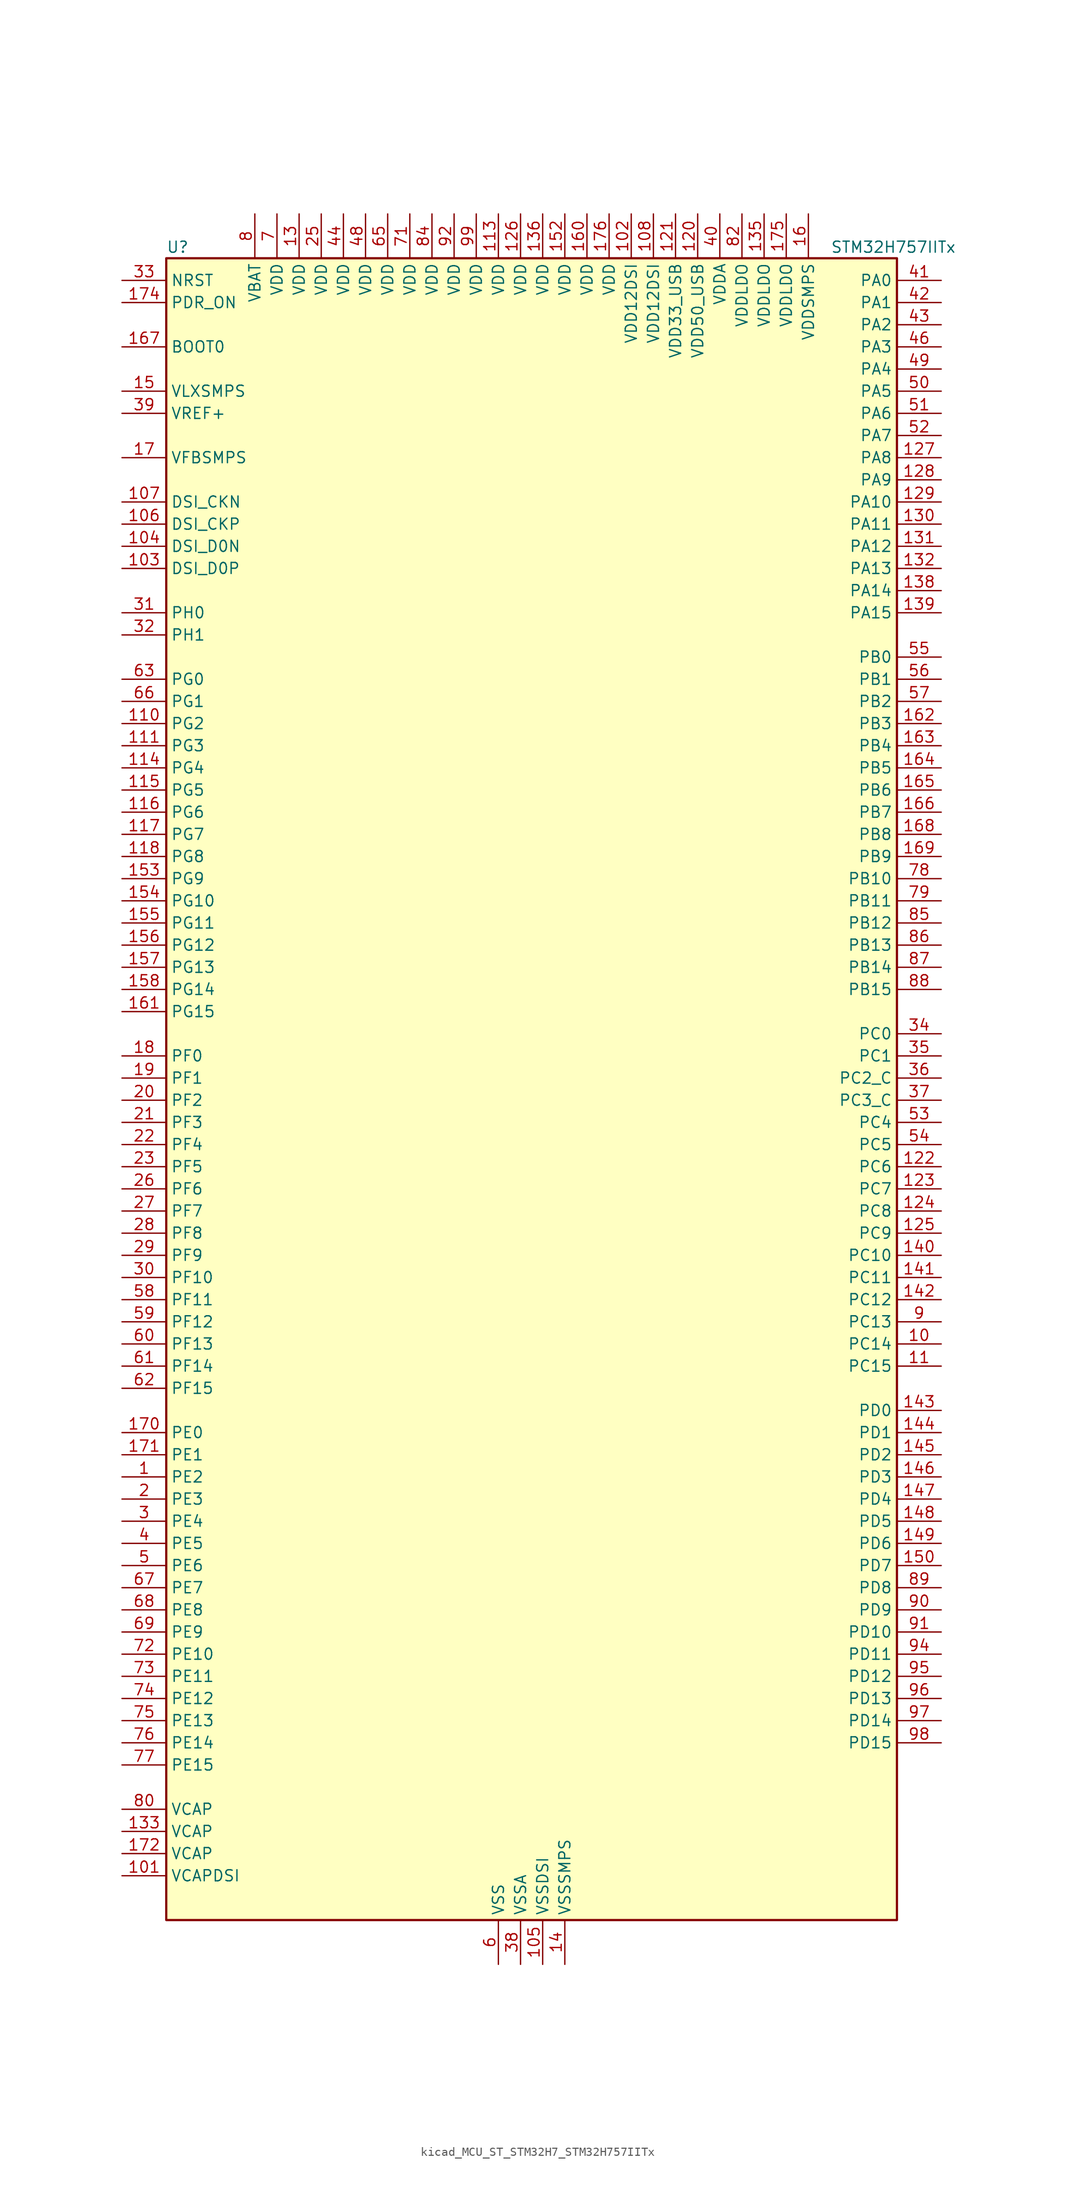
<source format=kicad_sym>
(kicad_symbol_lib
  (version 20220914)
  (generator kicad_symbol_editor)
  (symbol "kicad_MCU_ST_STM32H7_STM32H757IITx"
    (property "Reference" "U"
      (at -40.64 97.79 0)
      (effects (font (size 1.27 1.27)) (justify left)))
    (property "Value" "STM32H757IITx"
      (at 35.56 97.79 0)
      (effects (font (size 1.27 1.27)) (justify left)))
    (property "ki_locked" ""
      (at 0 0 0)
      (effects (font (size 1.27 1.27))))
    (symbol "kicad_MCU_ST_STM32H7_STM32H757IITx_0_1"
      (rectangle (start -40.64 -93.98) (end 43.18 96.52) (stroke (width 0.254) (type default)) (fill (type background))))
    (symbol "kicad_MCU_ST_STM32H7_STM32H757IITx_1_1"
      (pin bidirectional line (at -45.72 -43.18 0) (length 5.08) (name "PE2" (effects (font (size 1.27 1.27)))) (number "1" (effects (font (size 1.27 1.27)))) (alternate "DEBUG_TRACECLK" bidirectional line) (alternate "ETH_TXD3" bidirectional line) (alternate "FMC_A23" bidirectional line) (alternate "QUADSPI_BK1_IO2" bidirectional line) (alternate "SAI1_CK1" bidirectional line) (alternate "SAI1_MCLK_A" bidirectional line) (alternate "SAI4_CK1" bidirectional line) (alternate "SAI4_MCLK_A" bidirectional line) (alternate "SPI4_SCK" bidirectional line))
      (pin bidirectional line (at 48.26 -27.94 180) (length 5.08) (name "PC14" (effects (font (size 1.27 1.27)))) (number "10" (effects (font (size 1.27 1.27)))) (alternate "RCC_OSC32_IN" bidirectional line))
      (pin passive line (at -2.54 -99.06 90) (length 5.08) hide (name "VSS" (effects (font (size 1.27 1.27)))) (number "100" (effects (font (size 1.27 1.27)))))
      (pin power_out line (at -45.72 -88.9 0) (length 5.08) (name "VCAPDSI" (effects (font (size 1.27 1.27)))) (number "101" (effects (font (size 1.27 1.27)))))
      (pin power_in line (at 12.7 101.6 270) (length 5.08) (name "VDD12DSI" (effects (font (size 1.27 1.27)))) (number "102" (effects (font (size 1.27 1.27)))))
      (pin bidirectional line (at -45.72 60.96 0) (length 5.08) (name "DSI_D0P" (effects (font (size 1.27 1.27)))) (number "103" (effects (font (size 1.27 1.27)))) (alternate "DSIHOST_D0P" bidirectional line))
      (pin bidirectional line (at -45.72 63.5 0) (length 5.08) (name "DSI_D0N" (effects (font (size 1.27 1.27)))) (number "104" (effects (font (size 1.27 1.27)))) (alternate "DSIHOST_D0N" bidirectional line))
      (pin power_in line (at 2.54 -99.06 90) (length 5.08) (name "VSSDSI" (effects (font (size 1.27 1.27)))) (number "105" (effects (font (size 1.27 1.27)))))
      (pin bidirectional line (at -45.72 66.04 0) (length 5.08) (name "DSI_CKP" (effects (font (size 1.27 1.27)))) (number "106" (effects (font (size 1.27 1.27)))) (alternate "DSIHOST_CKP" bidirectional line))
      (pin bidirectional line (at -45.72 68.58 0) (length 5.08) (name "DSI_CKN" (effects (font (size 1.27 1.27)))) (number "107" (effects (font (size 1.27 1.27)))) (alternate "DSIHOST_CKN" bidirectional line))
      (pin power_in line (at 15.24 101.6 270) (length 5.08) (name "VDD12DSI" (effects (font (size 1.27 1.27)))) (number "108" (effects (font (size 1.27 1.27)))))
      (pin passive line (at 2.54 -99.06 90) (length 5.08) hide (name "VSSDSI" (effects (font (size 1.27 1.27)))) (number "109" (effects (font (size 1.27 1.27)))))
      (pin bidirectional line (at 48.26 -30.48 180) (length 5.08) (name "PC15" (effects (font (size 1.27 1.27)))) (number "11" (effects (font (size 1.27 1.27)))) (alternate "ADC1_EXTI15" bidirectional line) (alternate "ADC2_EXTI15" bidirectional line) (alternate "ADC3_EXTI15" bidirectional line) (alternate "RCC_OSC32_OUT" bidirectional line))
      (pin bidirectional line (at -45.72 43.18 0) (length 5.08) (name "PG2" (effects (font (size 1.27 1.27)))) (number "110" (effects (font (size 1.27 1.27)))) (alternate "FMC_A12" bidirectional line) (alternate "TIM8_BKIN" bidirectional line) (alternate "TIM8_BKIN_COMP1" bidirectional line) (alternate "TIM8_BKIN_COMP2" bidirectional line))
      (pin bidirectional line (at -45.72 40.64 0) (length 5.08) (name "PG3" (effects (font (size 1.27 1.27)))) (number "111" (effects (font (size 1.27 1.27)))) (alternate "FMC_A13" bidirectional line) (alternate "TIM8_BKIN2" bidirectional line) (alternate "TIM8_BKIN2_COMP1" bidirectional line) (alternate "TIM8_BKIN2_COMP2" bidirectional line))
      (pin passive line (at -2.54 -99.06 90) (length 5.08) hide (name "VSS" (effects (font (size 1.27 1.27)))) (number "112" (effects (font (size 1.27 1.27)))))
      (pin power_in line (at -2.54 101.6 270) (length 5.08) (name "VDD" (effects (font (size 1.27 1.27)))) (number "113" (effects (font (size 1.27 1.27)))))
      (pin bidirectional line (at -45.72 38.1 0) (length 5.08) (name "PG4" (effects (font (size 1.27 1.27)))) (number "114" (effects (font (size 1.27 1.27)))) (alternate "FMC_A14" bidirectional line) (alternate "FMC_BA0" bidirectional line) (alternate "TIM1_BKIN2" bidirectional line) (alternate "TIM1_BKIN2_COMP1" bidirectional line) (alternate "TIM1_BKIN2_COMP2" bidirectional line))
      (pin bidirectional line (at -45.72 35.56 0) (length 5.08) (name "PG5" (effects (font (size 1.27 1.27)))) (number "115" (effects (font (size 1.27 1.27)))) (alternate "FMC_A15" bidirectional line) (alternate "FMC_BA1" bidirectional line) (alternate "TIM1_ETR" bidirectional line))
      (pin bidirectional line (at -45.72 33.02 0) (length 5.08) (name "PG6" (effects (font (size 1.27 1.27)))) (number "116" (effects (font (size 1.27 1.27)))) (alternate "DCMI_D12" bidirectional line) (alternate "FMC_NE3" bidirectional line) (alternate "HRTIM_CHE1" bidirectional line) (alternate "LTDC_R7" bidirectional line) (alternate "QUADSPI_BK1_NCS" bidirectional line) (alternate "TIM17_BKIN" bidirectional line))
      (pin bidirectional line (at -45.72 30.48 0) (length 5.08) (name "PG7" (effects (font (size 1.27 1.27)))) (number "117" (effects (font (size 1.27 1.27)))) (alternate "DCMI_D13" bidirectional line) (alternate "FMC_INT" bidirectional line) (alternate "HRTIM_CHE2" bidirectional line) (alternate "LTDC_CLK" bidirectional line) (alternate "SAI1_MCLK_A" bidirectional line) (alternate "USART6_CK" bidirectional line))
      (pin bidirectional line (at -45.72 27.94 0) (length 5.08) (name "PG8" (effects (font (size 1.27 1.27)))) (number "118" (effects (font (size 1.27 1.27)))) (alternate "ETH_PPS_OUT" bidirectional line) (alternate "FMC_SDCLK" bidirectional line) (alternate "LTDC_G7" bidirectional line) (alternate "SPDIFRX1_IN2" bidirectional line) (alternate "SPI6_NSS" bidirectional line) (alternate "TIM8_ETR" bidirectional line) (alternate "USART6_DE" bidirectional line) (alternate "USART6_RTS" bidirectional line))
      (pin passive line (at -2.54 -99.06 90) (length 5.08) hide (name "VSS" (effects (font (size 1.27 1.27)))) (number "119" (effects (font (size 1.27 1.27)))))
      (pin passive line (at -2.54 -99.06 90) (length 5.08) hide (name "VSS" (effects (font (size 1.27 1.27)))) (number "12" (effects (font (size 1.27 1.27)))))
      (pin power_in line (at 20.32 101.6 270) (length 5.08) (name "VDD50_USB" (effects (font (size 1.27 1.27)))) (number "120" (effects (font (size 1.27 1.27)))))
      (pin power_in line (at 17.78 101.6 270) (length 5.08) (name "VDD33_USB" (effects (font (size 1.27 1.27)))) (number "121" (effects (font (size 1.27 1.27)))))
      (pin bidirectional line (at 48.26 -7.62 180) (length 5.08) (name "PC6" (effects (font (size 1.27 1.27)))) (number "122" (effects (font (size 1.27 1.27)))) (alternate "DCMI_D0" bidirectional line) (alternate "DFSDM1_CKIN3" bidirectional line) (alternate "FMC_NWAIT" bidirectional line) (alternate "HRTIM_CHA1" bidirectional line) (alternate "I2S2_MCK" bidirectional line) (alternate "LTDC_HSYNC" bidirectional line) (alternate "SDMMC1_D0DIR" bidirectional line) (alternate "SDMMC1_D6" bidirectional line) (alternate "SDMMC2_D6" bidirectional line) (alternate "SWPMI1_IO" bidirectional line) (alternate "TIM3_CH1" bidirectional line) (alternate "TIM8_CH1" bidirectional line) (alternate "USART6_TX" bidirectional line))
      (pin bidirectional line (at 48.26 -10.16 180) (length 5.08) (name "PC7" (effects (font (size 1.27 1.27)))) (number "123" (effects (font (size 1.27 1.27)))) (alternate "DCMI_D1" bidirectional line) (alternate "DEBUG_TRGIO" bidirectional line) (alternate "DFSDM1_DATIN3" bidirectional line) (alternate "FMC_NE1" bidirectional line) (alternate "HRTIM_CHA2" bidirectional line) (alternate "I2S3_MCK" bidirectional line) (alternate "LTDC_G6" bidirectional line) (alternate "SDMMC1_D123DIR" bidirectional line) (alternate "SDMMC1_D7" bidirectional line) (alternate "SDMMC2_D7" bidirectional line) (alternate "SWPMI1_TX" bidirectional line) (alternate "TIM3_CH2" bidirectional line) (alternate "TIM8_CH2" bidirectional line) (alternate "USART6_RX" bidirectional line))
      (pin bidirectional line (at 48.26 -12.7 180) (length 5.08) (name "PC8" (effects (font (size 1.27 1.27)))) (number "124" (effects (font (size 1.27 1.27)))) (alternate "DCMI_D2" bidirectional line) (alternate "DEBUG_TRACED1" bidirectional line) (alternate "FMC_NCE" bidirectional line) (alternate "FMC_NE2" bidirectional line) (alternate "HRTIM_CHB1" bidirectional line) (alternate "SDMMC1_D0" bidirectional line) (alternate "SWPMI1_RX" bidirectional line) (alternate "TIM3_CH3" bidirectional line) (alternate "TIM8_CH3" bidirectional line) (alternate "UART5_DE" bidirectional line) (alternate "UART5_RTS" bidirectional line) (alternate "USART6_CK" bidirectional line))
      (pin bidirectional line (at 48.26 -15.24 180) (length 5.08) (name "PC9" (effects (font (size 1.27 1.27)))) (number "125" (effects (font (size 1.27 1.27)))) (alternate "DAC1_EXTI9" bidirectional line) (alternate "DCMI_D3" bidirectional line) (alternate "I2C3_SDA" bidirectional line) (alternate "I2S_CKIN" bidirectional line) (alternate "LTDC_B2" bidirectional line) (alternate "LTDC_G3" bidirectional line) (alternate "QUADSPI_BK1_IO0" bidirectional line) (alternate "RCC_MCO_2" bidirectional line) (alternate "SDMMC1_D1" bidirectional line) (alternate "SWPMI1_SUSPEND" bidirectional line) (alternate "TIM3_CH4" bidirectional line) (alternate "TIM8_CH4" bidirectional line) (alternate "UART5_CTS" bidirectional line))
      (pin power_in line (at 0 101.6 270) (length 5.08) (name "VDD" (effects (font (size 1.27 1.27)))) (number "126" (effects (font (size 1.27 1.27)))))
      (pin bidirectional line (at 48.26 73.66 180) (length 5.08) (name "PA8" (effects (font (size 1.27 1.27)))) (number "127" (effects (font (size 1.27 1.27)))) (alternate "HRTIM_CHB2" bidirectional line) (alternate "I2C3_SCL" bidirectional line) (alternate "LTDC_B3" bidirectional line) (alternate "LTDC_R6" bidirectional line) (alternate "RCC_MCO_1" bidirectional line) (alternate "TIM1_CH1" bidirectional line) (alternate "TIM8_BKIN2" bidirectional line) (alternate "TIM8_BKIN2_COMP1" bidirectional line) (alternate "TIM8_BKIN2_COMP2" bidirectional line) (alternate "UART7_RX" bidirectional line) (alternate "USART1_CK" bidirectional line) (alternate "USB_OTG_FS_SOF" bidirectional line))
      (pin bidirectional line (at 48.26 71.12 180) (length 5.08) (name "PA9" (effects (font (size 1.27 1.27)))) (number "128" (effects (font (size 1.27 1.27)))) (alternate "DAC1_EXTI9" bidirectional line) (alternate "DCMI_D0" bidirectional line) (alternate "HRTIM_CHC1" bidirectional line) (alternate "I2C3_SMBA" bidirectional line) (alternate "I2S2_CK" bidirectional line) (alternate "LPUART1_TX" bidirectional line) (alternate "LTDC_R5" bidirectional line) (alternate "SPI2_SCK" bidirectional line) (alternate "TIM1_CH2" bidirectional line) (alternate "USART1_TX" bidirectional line) (alternate "USB_OTG_FS_VBUS" bidirectional line))
      (pin bidirectional line (at 48.26 68.58 180) (length 5.08) (name "PA10" (effects (font (size 1.27 1.27)))) (number "129" (effects (font (size 1.27 1.27)))) (alternate "DCMI_D1" bidirectional line) (alternate "HRTIM_CHC2" bidirectional line) (alternate "LPUART1_RX" bidirectional line) (alternate "LTDC_B1" bidirectional line) (alternate "LTDC_B4" bidirectional line) (alternate "MDIOS_MDIO" bidirectional line) (alternate "TIM1_CH3" bidirectional line) (alternate "USART1_RX" bidirectional line) (alternate "USB_OTG_FS_ID" bidirectional line))
      (pin power_in line (at -25.4 101.6 270) (length 5.08) (name "VDD" (effects (font (size 1.27 1.27)))) (number "13" (effects (font (size 1.27 1.27)))))
      (pin bidirectional line (at 48.26 66.04 180) (length 5.08) (name "PA11" (effects (font (size 1.27 1.27)))) (number "130" (effects (font (size 1.27 1.27)))) (alternate "ADC1_EXTI11" bidirectional line) (alternate "ADC2_EXTI11" bidirectional line) (alternate "ADC3_EXTI11" bidirectional line) (alternate "FDCAN1_RX" bidirectional line) (alternate "HRTIM_CHD1" bidirectional line) (alternate "I2S2_WS" bidirectional line) (alternate "LPUART1_CTS" bidirectional line) (alternate "LTDC_R4" bidirectional line) (alternate "SPI2_NSS" bidirectional line) (alternate "TIM1_CH4" bidirectional line) (alternate "UART4_RX" bidirectional line) (alternate "USART1_CTS" bidirectional line) (alternate "USART1_NSS" bidirectional line) (alternate "USB_OTG_FS_DM" bidirectional line))
      (pin bidirectional line (at 48.26 63.5 180) (length 5.08) (name "PA12" (effects (font (size 1.27 1.27)))) (number "131" (effects (font (size 1.27 1.27)))) (alternate "FDCAN1_TX" bidirectional line) (alternate "HRTIM_CHD2" bidirectional line) (alternate "I2S2_CK" bidirectional line) (alternate "LPUART1_DE" bidirectional line) (alternate "LPUART1_RTS" bidirectional line) (alternate "LTDC_R5" bidirectional line) (alternate "SAI2_FS_B" bidirectional line) (alternate "SPI2_SCK" bidirectional line) (alternate "TIM1_ETR" bidirectional line) (alternate "UART4_TX" bidirectional line) (alternate "USART1_DE" bidirectional line) (alternate "USART1_RTS" bidirectional line) (alternate "USB_OTG_FS_DP" bidirectional line))
      (pin bidirectional line (at 48.26 60.96 180) (length 5.08) (name "PA13" (effects (font (size 1.27 1.27)))) (number "132" (effects (font (size 1.27 1.27)))) (alternate "DEBUG_JTMS-SWDIO" bidirectional line))
      (pin power_out line (at -45.72 -83.82 0) (length 5.08) (name "VCAP" (effects (font (size 1.27 1.27)))) (number "133" (effects (font (size 1.27 1.27)))))
      (pin passive line (at -2.54 -99.06 90) (length 5.08) hide (name "VSS" (effects (font (size 1.27 1.27)))) (number "134" (effects (font (size 1.27 1.27)))))
      (pin power_in line (at 27.94 101.6 270) (length 5.08) (name "VDDLDO" (effects (font (size 1.27 1.27)))) (number "135" (effects (font (size 1.27 1.27)))))
      (pin power_in line (at 2.54 101.6 270) (length 5.08) (name "VDD" (effects (font (size 1.27 1.27)))) (number "136" (effects (font (size 1.27 1.27)))))
      (pin passive line (at -2.54 -99.06 90) (length 5.08) hide (name "VSS" (effects (font (size 1.27 1.27)))) (number "137" (effects (font (size 1.27 1.27)))))
      (pin bidirectional line (at 48.26 58.42 180) (length 5.08) (name "PA14" (effects (font (size 1.27 1.27)))) (number "138" (effects (font (size 1.27 1.27)))) (alternate "DEBUG_JTCK-SWCLK" bidirectional line))
      (pin bidirectional line (at 48.26 55.88 180) (length 5.08) (name "PA15" (effects (font (size 1.27 1.27)))) (number "139" (effects (font (size 1.27 1.27)))) (alternate "ADC1_EXTI15" bidirectional line) (alternate "ADC2_EXTI15" bidirectional line) (alternate "ADC3_EXTI15" bidirectional line) (alternate "CEC" bidirectional line) (alternate "DEBUG_JTDI" bidirectional line) (alternate "DSIHOST_TE" bidirectional line) (alternate "HRTIM_FLT1" bidirectional line) (alternate "I2S1_WS" bidirectional line) (alternate "I2S3_WS" bidirectional line) (alternate "SPI1_NSS" bidirectional line) (alternate "SPI3_NSS" bidirectional line) (alternate "SPI6_NSS" bidirectional line) (alternate "TIM2_CH1" bidirectional line) (alternate "TIM2_ETR" bidirectional line) (alternate "UART4_DE" bidirectional line) (alternate "UART4_RTS" bidirectional line) (alternate "UART7_TX" bidirectional line))
      (pin power_in line (at 5.08 -99.06 90) (length 5.08) (name "VSSSMPS" (effects (font (size 1.27 1.27)))) (number "14" (effects (font (size 1.27 1.27)))))
      (pin bidirectional line (at 48.26 -17.78 180) (length 5.08) (name "PC10" (effects (font (size 1.27 1.27)))) (number "140" (effects (font (size 1.27 1.27)))) (alternate "DCMI_D8" bidirectional line) (alternate "DFSDM1_CKIN5" bidirectional line) (alternate "HRTIM_EEV1" bidirectional line) (alternate "I2S3_CK" bidirectional line) (alternate "LTDC_R2" bidirectional line) (alternate "QUADSPI_BK1_IO1" bidirectional line) (alternate "SDMMC1_D2" bidirectional line) (alternate "SPI3_SCK" bidirectional line) (alternate "UART4_TX" bidirectional line) (alternate "USART3_TX" bidirectional line))
      (pin bidirectional line (at 48.26 -20.32 180) (length 5.08) (name "PC11" (effects (font (size 1.27 1.27)))) (number "141" (effects (font (size 1.27 1.27)))) (alternate "ADC1_EXTI11" bidirectional line) (alternate "ADC2_EXTI11" bidirectional line) (alternate "ADC3_EXTI11" bidirectional line) (alternate "DCMI_D4" bidirectional line) (alternate "DFSDM1_DATIN5" bidirectional line) (alternate "HRTIM_FLT2" bidirectional line) (alternate "I2S3_SDI" bidirectional line) (alternate "QUADSPI_BK2_NCS" bidirectional line) (alternate "SDMMC1_D3" bidirectional line) (alternate "SPI3_MISO" bidirectional line) (alternate "UART4_RX" bidirectional line) (alternate "USART3_RX" bidirectional line))
      (pin bidirectional line (at 48.26 -22.86 180) (length 5.08) (name "PC12" (effects (font (size 1.27 1.27)))) (number "142" (effects (font (size 1.27 1.27)))) (alternate "DCMI_D9" bidirectional line) (alternate "DEBUG_TRACED3" bidirectional line) (alternate "HRTIM_EEV2" bidirectional line) (alternate "I2S3_SDO" bidirectional line) (alternate "SDMMC1_CK" bidirectional line) (alternate "SPI3_MOSI" bidirectional line) (alternate "UART5_TX" bidirectional line) (alternate "USART3_CK" bidirectional line))
      (pin bidirectional line (at 48.26 -35.56 180) (length 5.08) (name "PD0" (effects (font (size 1.27 1.27)))) (number "143" (effects (font (size 1.27 1.27)))) (alternate "DFSDM1_CKIN6" bidirectional line) (alternate "FDCAN1_RX" bidirectional line) (alternate "FMC_D2" bidirectional line) (alternate "FMC_DA2" bidirectional line) (alternate "SAI3_SCK_A" bidirectional line) (alternate "UART4_RX" bidirectional line))
      (pin bidirectional line (at 48.26 -38.1 180) (length 5.08) (name "PD1" (effects (font (size 1.27 1.27)))) (number "144" (effects (font (size 1.27 1.27)))) (alternate "DFSDM1_DATIN6" bidirectional line) (alternate "FDCAN1_TX" bidirectional line) (alternate "FMC_D3" bidirectional line) (alternate "FMC_DA3" bidirectional line) (alternate "SAI3_SD_A" bidirectional line) (alternate "UART4_TX" bidirectional line))
      (pin bidirectional line (at 48.26 -40.64 180) (length 5.08) (name "PD2" (effects (font (size 1.27 1.27)))) (number "145" (effects (font (size 1.27 1.27)))) (alternate "DCMI_D11" bidirectional line) (alternate "DEBUG_TRACED2" bidirectional line) (alternate "SDMMC1_CMD" bidirectional line) (alternate "TIM3_ETR" bidirectional line) (alternate "UART5_RX" bidirectional line))
      (pin bidirectional line (at 48.26 -43.18 180) (length 5.08) (name "PD3" (effects (font (size 1.27 1.27)))) (number "146" (effects (font (size 1.27 1.27)))) (alternate "DCMI_D5" bidirectional line) (alternate "DFSDM1_CKOUT" bidirectional line) (alternate "FMC_CLK" bidirectional line) (alternate "I2S2_CK" bidirectional line) (alternate "LTDC_G7" bidirectional line) (alternate "SPI2_SCK" bidirectional line) (alternate "USART2_CTS" bidirectional line) (alternate "USART2_NSS" bidirectional line))
      (pin bidirectional line (at 48.26 -45.72 180) (length 5.08) (name "PD4" (effects (font (size 1.27 1.27)))) (number "147" (effects (font (size 1.27 1.27)))) (alternate "FMC_NOE" bidirectional line) (alternate "HRTIM_FLT3" bidirectional line) (alternate "SAI3_FS_A" bidirectional line) (alternate "USART2_DE" bidirectional line) (alternate "USART2_RTS" bidirectional line))
      (pin bidirectional line (at 48.26 -48.26 180) (length 5.08) (name "PD5" (effects (font (size 1.27 1.27)))) (number "148" (effects (font (size 1.27 1.27)))) (alternate "FMC_NWE" bidirectional line) (alternate "HRTIM_EEV3" bidirectional line) (alternate "USART2_TX" bidirectional line))
      (pin bidirectional line (at 48.26 -50.8 180) (length 5.08) (name "PD6" (effects (font (size 1.27 1.27)))) (number "149" (effects (font (size 1.27 1.27)))) (alternate "DCMI_D10" bidirectional line) (alternate "DFSDM1_CKIN4" bidirectional line) (alternate "DFSDM1_DATIN1" bidirectional line) (alternate "FMC_NWAIT" bidirectional line) (alternate "I2S3_SDO" bidirectional line) (alternate "LTDC_B2" bidirectional line) (alternate "SAI1_D1" bidirectional line) (alternate "SAI1_SD_A" bidirectional line) (alternate "SAI4_D1" bidirectional line) (alternate "SAI4_SD_A" bidirectional line) (alternate "SDMMC2_CK" bidirectional line) (alternate "SPI3_MOSI" bidirectional line) (alternate "USART2_RX" bidirectional line))
      (pin power_in line (at -45.72 81.28 0) (length 5.08) (name "VLXSMPS" (effects (font (size 1.27 1.27)))) (number "15" (effects (font (size 1.27 1.27)))))
      (pin bidirectional line (at 48.26 -53.34 180) (length 5.08) (name "PD7" (effects (font (size 1.27 1.27)))) (number "150" (effects (font (size 1.27 1.27)))) (alternate "DFSDM1_CKIN1" bidirectional line) (alternate "DFSDM1_DATIN4" bidirectional line) (alternate "FMC_NE1" bidirectional line) (alternate "I2S1_SDO" bidirectional line) (alternate "SDMMC2_CMD" bidirectional line) (alternate "SPDIFRX1_IN0" bidirectional line) (alternate "SPI1_MOSI" bidirectional line) (alternate "USART2_CK" bidirectional line))
      (pin passive line (at -2.54 -99.06 90) (length 5.08) hide (name "VSS" (effects (font (size 1.27 1.27)))) (number "151" (effects (font (size 1.27 1.27)))))
      (pin power_in line (at 5.08 101.6 270) (length 5.08) (name "VDD" (effects (font (size 1.27 1.27)))) (number "152" (effects (font (size 1.27 1.27)))))
      (pin bidirectional line (at -45.72 25.4 0) (length 5.08) (name "PG9" (effects (font (size 1.27 1.27)))) (number "153" (effects (font (size 1.27 1.27)))) (alternate "DAC1_EXTI9" bidirectional line) (alternate "DCMI_VSYNC" bidirectional line) (alternate "FMC_NCE" bidirectional line) (alternate "FMC_NE2" bidirectional line) (alternate "I2S1_SDI" bidirectional line) (alternate "QUADSPI_BK2_IO2" bidirectional line) (alternate "SAI2_FS_B" bidirectional line) (alternate "SPDIFRX1_IN3" bidirectional line) (alternate "SPI1_MISO" bidirectional line) (alternate "USART6_RX" bidirectional line))
      (pin bidirectional line (at -45.72 22.86 0) (length 5.08) (name "PG10" (effects (font (size 1.27 1.27)))) (number "154" (effects (font (size 1.27 1.27)))) (alternate "DCMI_D2" bidirectional line) (alternate "FMC_NE3" bidirectional line) (alternate "HRTIM_FLT5" bidirectional line) (alternate "I2S1_WS" bidirectional line) (alternate "LTDC_B2" bidirectional line) (alternate "LTDC_G3" bidirectional line) (alternate "SAI2_SD_B" bidirectional line) (alternate "SPI1_NSS" bidirectional line))
      (pin bidirectional line (at -45.72 20.32 0) (length 5.08) (name "PG11" (effects (font (size 1.27 1.27)))) (number "155" (effects (font (size 1.27 1.27)))) (alternate "ADC1_EXTI11" bidirectional line) (alternate "ADC2_EXTI11" bidirectional line) (alternate "ADC3_EXTI11" bidirectional line) (alternate "DCMI_D3" bidirectional line) (alternate "ETH_TX_EN" bidirectional line) (alternate "HRTIM_EEV4" bidirectional line) (alternate "I2S1_CK" bidirectional line) (alternate "LPTIM1_IN2" bidirectional line) (alternate "LTDC_B3" bidirectional line) (alternate "SDMMC2_D2" bidirectional line) (alternate "SPDIFRX1_IN0" bidirectional line) (alternate "SPI1_SCK" bidirectional line))
      (pin bidirectional line (at -45.72 17.78 0) (length 5.08) (name "PG12" (effects (font (size 1.27 1.27)))) (number "156" (effects (font (size 1.27 1.27)))) (alternate "ETH_TXD1" bidirectional line) (alternate "FMC_NE4" bidirectional line) (alternate "HRTIM_EEV5" bidirectional line) (alternate "LPTIM1_IN1" bidirectional line) (alternate "LTDC_B1" bidirectional line) (alternate "LTDC_B4" bidirectional line) (alternate "SPDIFRX1_IN1" bidirectional line) (alternate "SPI6_MISO" bidirectional line) (alternate "USART6_DE" bidirectional line) (alternate "USART6_RTS" bidirectional line))
      (pin bidirectional line (at -45.72 15.24 0) (length 5.08) (name "PG13" (effects (font (size 1.27 1.27)))) (number "157" (effects (font (size 1.27 1.27)))) (alternate "DEBUG_TRACED0" bidirectional line) (alternate "ETH_TXD0" bidirectional line) (alternate "FMC_A24" bidirectional line) (alternate "HRTIM_EEV10" bidirectional line) (alternate "LPTIM1_OUT" bidirectional line) (alternate "LTDC_R0" bidirectional line) (alternate "SPI6_SCK" bidirectional line) (alternate "USART6_CTS" bidirectional line) (alternate "USART6_NSS" bidirectional line))
      (pin bidirectional line (at -45.72 12.7 0) (length 5.08) (name "PG14" (effects (font (size 1.27 1.27)))) (number "158" (effects (font (size 1.27 1.27)))) (alternate "DEBUG_TRACED1" bidirectional line) (alternate "ETH_TXD1" bidirectional line) (alternate "FMC_A25" bidirectional line) (alternate "LPTIM1_ETR" bidirectional line) (alternate "LTDC_B0" bidirectional line) (alternate "QUADSPI_BK2_IO3" bidirectional line) (alternate "SPI6_MOSI" bidirectional line) (alternate "USART6_TX" bidirectional line))
      (pin passive line (at -2.54 -99.06 90) (length 5.08) hide (name "VSS" (effects (font (size 1.27 1.27)))) (number "159" (effects (font (size 1.27 1.27)))))
      (pin power_in line (at 33.02 101.6 270) (length 5.08) (name "VDDSMPS" (effects (font (size 1.27 1.27)))) (number "16" (effects (font (size 1.27 1.27)))))
      (pin power_in line (at 7.62 101.6 270) (length 5.08) (name "VDD" (effects (font (size 1.27 1.27)))) (number "160" (effects (font (size 1.27 1.27)))))
      (pin bidirectional line (at -45.72 10.16 0) (length 5.08) (name "PG15" (effects (font (size 1.27 1.27)))) (number "161" (effects (font (size 1.27 1.27)))) (alternate "ADC1_EXTI15" bidirectional line) (alternate "ADC2_EXTI15" bidirectional line) (alternate "ADC3_EXTI15" bidirectional line) (alternate "DCMI_D13" bidirectional line) (alternate "FMC_SDNCAS" bidirectional line) (alternate "USART6_CTS" bidirectional line) (alternate "USART6_NSS" bidirectional line))
      (pin bidirectional line (at 48.26 43.18 180) (length 5.08) (name "PB3" (effects (font (size 1.27 1.27)))) (number "162" (effects (font (size 1.27 1.27)))) (alternate "CRS_SYNC" bidirectional line) (alternate "DEBUG_JTDO-SWO" bidirectional line) (alternate "HRTIM_FLT4" bidirectional line) (alternate "I2S1_CK" bidirectional line) (alternate "I2S3_CK" bidirectional line) (alternate "SDMMC2_D2" bidirectional line) (alternate "SPI1_SCK" bidirectional line) (alternate "SPI3_SCK" bidirectional line) (alternate "SPI6_SCK" bidirectional line) (alternate "TIM2_CH2" bidirectional line) (alternate "UART7_RX" bidirectional line))
      (pin bidirectional line (at 48.26 40.64 180) (length 5.08) (name "PB4" (effects (font (size 1.27 1.27)))) (number "163" (effects (font (size 1.27 1.27)))) (alternate "DEBUG_JTRST" bidirectional line) (alternate "HRTIM_EEV6" bidirectional line) (alternate "I2S1_SDI" bidirectional line) (alternate "I2S2_WS" bidirectional line) (alternate "I2S3_SDI" bidirectional line) (alternate "SDMMC2_D3" bidirectional line) (alternate "SPI1_MISO" bidirectional line) (alternate "SPI2_NSS" bidirectional line) (alternate "SPI3_MISO" bidirectional line) (alternate "SPI6_MISO" bidirectional line) (alternate "TIM16_BKIN" bidirectional line) (alternate "TIM3_CH1" bidirectional line) (alternate "UART7_TX" bidirectional line))
      (pin bidirectional line (at 48.26 38.1 180) (length 5.08) (name "PB5" (effects (font (size 1.27 1.27)))) (number "164" (effects (font (size 1.27 1.27)))) (alternate "DCMI_D10" bidirectional line) (alternate "ETH_PPS_OUT" bidirectional line) (alternate "FDCAN2_RX" bidirectional line) (alternate "FMC_SDCKE1" bidirectional line) (alternate "HRTIM_EEV7" bidirectional line) (alternate "I2C1_SMBA" bidirectional line) (alternate "I2C4_SMBA" bidirectional line) (alternate "I2S1_SDO" bidirectional line) (alternate "I2S3_SDO" bidirectional line) (alternate "SPI1_MOSI" bidirectional line) (alternate "SPI3_MOSI" bidirectional line) (alternate "SPI6_MOSI" bidirectional line) (alternate "TIM17_BKIN" bidirectional line) (alternate "TIM3_CH2" bidirectional line) (alternate "UART5_RX" bidirectional line) (alternate "USB_OTG_HS_ULPI_D7" bidirectional line))
      (pin bidirectional line (at 48.26 35.56 180) (length 5.08) (name "PB6" (effects (font (size 1.27 1.27)))) (number "165" (effects (font (size 1.27 1.27)))) (alternate "CEC" bidirectional line) (alternate "DCMI_D5" bidirectional line) (alternate "DFSDM1_DATIN5" bidirectional line) (alternate "FDCAN2_TX" bidirectional line) (alternate "FMC_SDNE1" bidirectional line) (alternate "HRTIM_EEV8" bidirectional line) (alternate "I2C1_SCL" bidirectional line) (alternate "I2C4_SCL" bidirectional line) (alternate "LPUART1_TX" bidirectional line) (alternate "QUADSPI_BK1_NCS" bidirectional line) (alternate "TIM16_CH1N" bidirectional line) (alternate "TIM4_CH1" bidirectional line) (alternate "UART5_TX" bidirectional line) (alternate "USART1_TX" bidirectional line))
      (pin bidirectional line (at 48.26 33.02 180) (length 5.08) (name "PB7" (effects (font (size 1.27 1.27)))) (number "166" (effects (font (size 1.27 1.27)))) (alternate "DCMI_VSYNC" bidirectional line) (alternate "DFSDM1_CKIN5" bidirectional line) (alternate "FMC_NL" bidirectional line) (alternate "HRTIM_EEV9" bidirectional line) (alternate "I2C1_SDA" bidirectional line) (alternate "I2C4_SDA" bidirectional line) (alternate "LPUART1_RX" bidirectional line) (alternate "PWR_PVD_IN" bidirectional line) (alternate "TIM17_CH1N" bidirectional line) (alternate "TIM4_CH2" bidirectional line) (alternate "USART1_RX" bidirectional line))
      (pin input line (at -45.72 86.36 0) (length 5.08) (name "BOOT0" (effects (font (size 1.27 1.27)))) (number "167" (effects (font (size 1.27 1.27)))))
      (pin bidirectional line (at 48.26 30.48 180) (length 5.08) (name "PB8" (effects (font (size 1.27 1.27)))) (number "168" (effects (font (size 1.27 1.27)))) (alternate "DCMI_D6" bidirectional line) (alternate "DFSDM1_CKIN7" bidirectional line) (alternate "ETH_TXD3" bidirectional line) (alternate "FDCAN1_RX" bidirectional line) (alternate "I2C1_SCL" bidirectional line) (alternate "I2C4_SCL" bidirectional line) (alternate "LTDC_B6" bidirectional line) (alternate "SDMMC1_CKIN" bidirectional line) (alternate "SDMMC1_D4" bidirectional line) (alternate "SDMMC2_D4" bidirectional line) (alternate "TIM16_CH1" bidirectional line) (alternate "TIM4_CH3" bidirectional line) (alternate "UART4_RX" bidirectional line))
      (pin bidirectional line (at 48.26 27.94 180) (length 5.08) (name "PB9" (effects (font (size 1.27 1.27)))) (number "169" (effects (font (size 1.27 1.27)))) (alternate "DAC1_EXTI9" bidirectional line) (alternate "DCMI_D7" bidirectional line) (alternate "DFSDM1_DATIN7" bidirectional line) (alternate "FDCAN1_TX" bidirectional line) (alternate "I2C1_SDA" bidirectional line) (alternate "I2C4_SDA" bidirectional line) (alternate "I2C4_SMBA" bidirectional line) (alternate "I2S2_WS" bidirectional line) (alternate "LTDC_B7" bidirectional line) (alternate "SDMMC1_CDIR" bidirectional line) (alternate "SDMMC1_D5" bidirectional line) (alternate "SDMMC2_D5" bidirectional line) (alternate "SPI2_NSS" bidirectional line) (alternate "TIM17_CH1" bidirectional line) (alternate "TIM4_CH4" bidirectional line) (alternate "UART4_TX" bidirectional line))
      (pin input line (at -45.72 73.66 0) (length 5.08) (name "VFBSMPS" (effects (font (size 1.27 1.27)))) (number "17" (effects (font (size 1.27 1.27)))))
      (pin bidirectional line (at -45.72 -38.1 0) (length 5.08) (name "PE0" (effects (font (size 1.27 1.27)))) (number "170" (effects (font (size 1.27 1.27)))) (alternate "DCMI_D2" bidirectional line) (alternate "FMC_NBL0" bidirectional line) (alternate "HRTIM_SCIN" bidirectional line) (alternate "LPTIM1_ETR" bidirectional line) (alternate "LPTIM2_ETR" bidirectional line) (alternate "SAI2_MCLK_A" bidirectional line) (alternate "TIM4_ETR" bidirectional line) (alternate "UART8_RX" bidirectional line))
      (pin bidirectional line (at -45.72 -40.64 0) (length 5.08) (name "PE1" (effects (font (size 1.27 1.27)))) (number "171" (effects (font (size 1.27 1.27)))) (alternate "DCMI_D3" bidirectional line) (alternate "FMC_NBL1" bidirectional line) (alternate "HRTIM_SCOUT" bidirectional line) (alternate "LPTIM1_IN2" bidirectional line) (alternate "UART8_TX" bidirectional line))
      (pin power_out line (at -45.72 -86.36 0) (length 5.08) (name "VCAP" (effects (font (size 1.27 1.27)))) (number "172" (effects (font (size 1.27 1.27)))))
      (pin passive line (at -2.54 -99.06 90) (length 5.08) hide (name "VSS" (effects (font (size 1.27 1.27)))) (number "173" (effects (font (size 1.27 1.27)))))
      (pin input line (at -45.72 91.44 0) (length 5.08) (name "PDR_ON" (effects (font (size 1.27 1.27)))) (number "174" (effects (font (size 1.27 1.27)))))
      (pin power_in line (at 30.48 101.6 270) (length 5.08) (name "VDDLDO" (effects (font (size 1.27 1.27)))) (number "175" (effects (font (size 1.27 1.27)))))
      (pin power_in line (at 10.16 101.6 270) (length 5.08) (name "VDD" (effects (font (size 1.27 1.27)))) (number "176" (effects (font (size 1.27 1.27)))))
      (pin bidirectional line (at -45.72 5.08 0) (length 5.08) (name "PF0" (effects (font (size 1.27 1.27)))) (number "18" (effects (font (size 1.27 1.27)))) (alternate "FMC_A0" bidirectional line) (alternate "I2C2_SDA" bidirectional line))
      (pin bidirectional line (at -45.72 2.54 0) (length 5.08) (name "PF1" (effects (font (size 1.27 1.27)))) (number "19" (effects (font (size 1.27 1.27)))) (alternate "FMC_A1" bidirectional line) (alternate "I2C2_SCL" bidirectional line))
      (pin bidirectional line (at -45.72 -45.72 0) (length 5.08) (name "PE3" (effects (font (size 1.27 1.27)))) (number "2" (effects (font (size 1.27 1.27)))) (alternate "DEBUG_TRACED0" bidirectional line) (alternate "FMC_A19" bidirectional line) (alternate "SAI1_SD_B" bidirectional line) (alternate "SAI4_SD_B" bidirectional line) (alternate "TIM15_BKIN" bidirectional line))
      (pin bidirectional line (at -45.72 0 0) (length 5.08) (name "PF2" (effects (font (size 1.27 1.27)))) (number "20" (effects (font (size 1.27 1.27)))) (alternate "FMC_A2" bidirectional line) (alternate "I2C2_SMBA" bidirectional line))
      (pin bidirectional line (at -45.72 -2.54 0) (length 5.08) (name "PF3" (effects (font (size 1.27 1.27)))) (number "21" (effects (font (size 1.27 1.27)))) (alternate "ADC3_INP5" bidirectional line) (alternate "FMC_A3" bidirectional line))
      (pin bidirectional line (at -45.72 -5.08 0) (length 5.08) (name "PF4" (effects (font (size 1.27 1.27)))) (number "22" (effects (font (size 1.27 1.27)))) (alternate "ADC3_INN5" bidirectional line) (alternate "ADC3_INP9" bidirectional line) (alternate "FMC_A4" bidirectional line))
      (pin bidirectional line (at -45.72 -7.62 0) (length 5.08) (name "PF5" (effects (font (size 1.27 1.27)))) (number "23" (effects (font (size 1.27 1.27)))) (alternate "ADC3_INP4" bidirectional line) (alternate "FMC_A5" bidirectional line))
      (pin passive line (at -2.54 -99.06 90) (length 5.08) hide (name "VSS" (effects (font (size 1.27 1.27)))) (number "24" (effects (font (size 1.27 1.27)))))
      (pin power_in line (at -22.86 101.6 270) (length 5.08) (name "VDD" (effects (font (size 1.27 1.27)))) (number "25" (effects (font (size 1.27 1.27)))))
      (pin bidirectional line (at -45.72 -10.16 0) (length 5.08) (name "PF6" (effects (font (size 1.27 1.27)))) (number "26" (effects (font (size 1.27 1.27)))) (alternate "ADC3_INN4" bidirectional line) (alternate "ADC3_INP8" bidirectional line) (alternate "QUADSPI_BK1_IO3" bidirectional line) (alternate "SAI1_SD_B" bidirectional line) (alternate "SAI4_SD_B" bidirectional line) (alternate "SPI5_NSS" bidirectional line) (alternate "TIM16_CH1" bidirectional line) (alternate "UART7_RX" bidirectional line))
      (pin bidirectional line (at -45.72 -12.7 0) (length 5.08) (name "PF7" (effects (font (size 1.27 1.27)))) (number "27" (effects (font (size 1.27 1.27)))) (alternate "ADC3_INP3" bidirectional line) (alternate "QUADSPI_BK1_IO2" bidirectional line) (alternate "SAI1_MCLK_B" bidirectional line) (alternate "SAI4_MCLK_B" bidirectional line) (alternate "SPI5_SCK" bidirectional line) (alternate "TIM17_CH1" bidirectional line) (alternate "UART7_TX" bidirectional line))
      (pin bidirectional line (at -45.72 -15.24 0) (length 5.08) (name "PF8" (effects (font (size 1.27 1.27)))) (number "28" (effects (font (size 1.27 1.27)))) (alternate "ADC3_INN3" bidirectional line) (alternate "ADC3_INP7" bidirectional line) (alternate "QUADSPI_BK1_IO0" bidirectional line) (alternate "SAI1_SCK_B" bidirectional line) (alternate "SAI4_SCK_B" bidirectional line) (alternate "SPI5_MISO" bidirectional line) (alternate "TIM13_CH1" bidirectional line) (alternate "TIM16_CH1N" bidirectional line) (alternate "UART7_DE" bidirectional line) (alternate "UART7_RTS" bidirectional line))
      (pin bidirectional line (at -45.72 -17.78 0) (length 5.08) (name "PF9" (effects (font (size 1.27 1.27)))) (number "29" (effects (font (size 1.27 1.27)))) (alternate "ADC3_INP2" bidirectional line) (alternate "DAC1_EXTI9" bidirectional line) (alternate "QUADSPI_BK1_IO1" bidirectional line) (alternate "SAI1_FS_B" bidirectional line) (alternate "SAI4_FS_B" bidirectional line) (alternate "SPI5_MOSI" bidirectional line) (alternate "TIM14_CH1" bidirectional line) (alternate "TIM17_CH1N" bidirectional line) (alternate "UART7_CTS" bidirectional line))
      (pin bidirectional line (at -45.72 -48.26 0) (length 5.08) (name "PE4" (effects (font (size 1.27 1.27)))) (number "3" (effects (font (size 1.27 1.27)))) (alternate "DCMI_D4" bidirectional line) (alternate "DEBUG_TRACED1" bidirectional line) (alternate "DFSDM1_DATIN3" bidirectional line) (alternate "FMC_A20" bidirectional line) (alternate "LTDC_B0" bidirectional line) (alternate "SAI1_D2" bidirectional line) (alternate "SAI1_FS_A" bidirectional line) (alternate "SAI4_D2" bidirectional line) (alternate "SAI4_FS_A" bidirectional line) (alternate "SPI4_NSS" bidirectional line) (alternate "TIM15_CH1N" bidirectional line))
      (pin bidirectional line (at -45.72 -20.32 0) (length 5.08) (name "PF10" (effects (font (size 1.27 1.27)))) (number "30" (effects (font (size 1.27 1.27)))) (alternate "ADC3_INN2" bidirectional line) (alternate "ADC3_INP6" bidirectional line) (alternate "DCMI_D11" bidirectional line) (alternate "LTDC_DE" bidirectional line) (alternate "QUADSPI_CLK" bidirectional line) (alternate "SAI1_D3" bidirectional line) (alternate "SAI4_D3" bidirectional line) (alternate "TIM16_BKIN" bidirectional line))
      (pin bidirectional line (at -45.72 55.88 0) (length 5.08) (name "PH0" (effects (font (size 1.27 1.27)))) (number "31" (effects (font (size 1.27 1.27)))) (alternate "RCC_OSC_IN" bidirectional line))
      (pin bidirectional line (at -45.72 53.34 0) (length 5.08) (name "PH1" (effects (font (size 1.27 1.27)))) (number "32" (effects (font (size 1.27 1.27)))) (alternate "RCC_OSC_OUT" bidirectional line))
      (pin input line (at -45.72 93.98 0) (length 5.08) (name "NRST" (effects (font (size 1.27 1.27)))) (number "33" (effects (font (size 1.27 1.27)))))
      (pin bidirectional line (at 48.26 7.62 180) (length 5.08) (name "PC0" (effects (font (size 1.27 1.27)))) (number "34" (effects (font (size 1.27 1.27)))) (alternate "ADC1_INP10" bidirectional line) (alternate "ADC2_INP10" bidirectional line) (alternate "ADC3_INP10" bidirectional line) (alternate "DFSDM1_CKIN0" bidirectional line) (alternate "DFSDM1_DATIN4" bidirectional line) (alternate "FMC_SDNWE" bidirectional line) (alternate "LTDC_R5" bidirectional line) (alternate "SAI2_FS_B" bidirectional line) (alternate "USB_OTG_HS_ULPI_STP" bidirectional line))
      (pin bidirectional line (at 48.26 5.08 180) (length 5.08) (name "PC1" (effects (font (size 1.27 1.27)))) (number "35" (effects (font (size 1.27 1.27)))) (alternate "ADC1_INN10" bidirectional line) (alternate "ADC1_INP11" bidirectional line) (alternate "ADC2_INN10" bidirectional line) (alternate "ADC2_INP11" bidirectional line) (alternate "ADC3_INN10" bidirectional line) (alternate "ADC3_INP11" bidirectional line) (alternate "DEBUG_TRACED0" bidirectional line) (alternate "DFSDM1_CKIN4" bidirectional line) (alternate "DFSDM1_DATIN0" bidirectional line) (alternate "ETH_MDC" bidirectional line) (alternate "I2S2_SDO" bidirectional line) (alternate "MDIOS_MDC" bidirectional line) (alternate "PWR_WKUP5" bidirectional line) (alternate "RTC_TAMP3" bidirectional line) (alternate "SAI1_D1" bidirectional line) (alternate "SAI1_SD_A" bidirectional line) (alternate "SAI4_D1" bidirectional line) (alternate "SAI4_SD_A" bidirectional line) (alternate "SDMMC2_CK" bidirectional line) (alternate "SPI2_MOSI" bidirectional line))
      (pin bidirectional line (at 48.26 2.54 180) (length 5.08) (name "PC2_C" (effects (font (size 1.27 1.27)))) (number "36" (effects (font (size 1.27 1.27)))) (alternate "ADC3_INN1" bidirectional line) (alternate "ADC3_INP0" bidirectional line) (alternate "DFSDM1_CKIN1" bidirectional line) (alternate "DFSDM1_CKOUT" bidirectional line) (alternate "ETH_TXD2" bidirectional line) (alternate "FMC_SDNE0" bidirectional line) (alternate "I2S2_SDI" bidirectional line) (alternate "PWR_CSTOP" bidirectional line) (alternate "SPI2_MISO" bidirectional line) (alternate "USB_OTG_HS_ULPI_DIR" bidirectional line))
      (pin bidirectional line (at 48.26 0 180) (length 5.08) (name "PC3_C" (effects (font (size 1.27 1.27)))) (number "37" (effects (font (size 1.27 1.27)))) (alternate "ADC3_INP1" bidirectional line) (alternate "DFSDM1_DATIN1" bidirectional line) (alternate "ETH_TX_CLK" bidirectional line) (alternate "FMC_SDCKE0" bidirectional line) (alternate "I2S2_SDO" bidirectional line) (alternate "PWR_CSLEEP" bidirectional line) (alternate "SPI2_MOSI" bidirectional line) (alternate "USB_OTG_HS_ULPI_NXT" bidirectional line))
      (pin power_in line (at 0 -99.06 90) (length 5.08) (name "VSSA" (effects (font (size 1.27 1.27)))) (number "38" (effects (font (size 1.27 1.27)))))
      (pin input line (at -45.72 78.74 0) (length 5.08) (name "VREF+" (effects (font (size 1.27 1.27)))) (number "39" (effects (font (size 1.27 1.27)))) (alternate "VREFBUF_OUT" bidirectional line))
      (pin bidirectional line (at -45.72 -50.8 0) (length 5.08) (name "PE5" (effects (font (size 1.27 1.27)))) (number "4" (effects (font (size 1.27 1.27)))) (alternate "DCMI_D6" bidirectional line) (alternate "DEBUG_TRACED2" bidirectional line) (alternate "DFSDM1_CKIN3" bidirectional line) (alternate "FMC_A21" bidirectional line) (alternate "LTDC_G0" bidirectional line) (alternate "SAI1_CK2" bidirectional line) (alternate "SAI1_SCK_A" bidirectional line) (alternate "SAI4_CK2" bidirectional line) (alternate "SAI4_SCK_A" bidirectional line) (alternate "SPI4_MISO" bidirectional line) (alternate "TIM15_CH1" bidirectional line))
      (pin power_in line (at 22.86 101.6 270) (length 5.08) (name "VDDA" (effects (font (size 1.27 1.27)))) (number "40" (effects (font (size 1.27 1.27)))))
      (pin bidirectional line (at 48.26 93.98 180) (length 5.08) (name "PA0" (effects (font (size 1.27 1.27)))) (number "41" (effects (font (size 1.27 1.27)))) (alternate "ADC1_INP16" bidirectional line) (alternate "ETH_CRS" bidirectional line) (alternate "PWR_WKUP0" bidirectional line) (alternate "SAI2_SD_B" bidirectional line) (alternate "SDMMC2_CMD" bidirectional line) (alternate "TIM15_BKIN" bidirectional line) (alternate "TIM2_CH1" bidirectional line) (alternate "TIM2_ETR" bidirectional line) (alternate "TIM5_CH1" bidirectional line) (alternate "TIM8_ETR" bidirectional line) (alternate "UART4_TX" bidirectional line) (alternate "USART2_CTS" bidirectional line) (alternate "USART2_NSS" bidirectional line))
      (pin bidirectional line (at 48.26 91.44 180) (length 5.08) (name "PA1" (effects (font (size 1.27 1.27)))) (number "42" (effects (font (size 1.27 1.27)))) (alternate "ADC1_INN16" bidirectional line) (alternate "ADC1_INP17" bidirectional line) (alternate "ETH_REF_CLK" bidirectional line) (alternate "ETH_RX_CLK" bidirectional line) (alternate "LPTIM3_OUT" bidirectional line) (alternate "LTDC_R2" bidirectional line) (alternate "QUADSPI_BK1_IO3" bidirectional line) (alternate "SAI2_MCLK_B" bidirectional line) (alternate "TIM15_CH1N" bidirectional line) (alternate "TIM2_CH2" bidirectional line) (alternate "TIM5_CH2" bidirectional line) (alternate "UART4_RX" bidirectional line) (alternate "USART2_DE" bidirectional line) (alternate "USART2_RTS" bidirectional line))
      (pin bidirectional line (at 48.26 88.9 180) (length 5.08) (name "PA2" (effects (font (size 1.27 1.27)))) (number "43" (effects (font (size 1.27 1.27)))) (alternate "ADC1_INP14" bidirectional line) (alternate "ADC2_INP14" bidirectional line) (alternate "ETH_MDIO" bidirectional line) (alternate "LPTIM4_OUT" bidirectional line) (alternate "LTDC_R1" bidirectional line) (alternate "MDIOS_MDIO" bidirectional line) (alternate "PWR_WKUP1" bidirectional line) (alternate "SAI2_SCK_B" bidirectional line) (alternate "TIM15_CH1" bidirectional line) (alternate "TIM2_CH3" bidirectional line) (alternate "TIM5_CH3" bidirectional line) (alternate "USART2_TX" bidirectional line))
      (pin power_in line (at -20.32 101.6 270) (length 5.08) (name "VDD" (effects (font (size 1.27 1.27)))) (number "44" (effects (font (size 1.27 1.27)))))
      (pin passive line (at -2.54 -99.06 90) (length 5.08) hide (name "VSS" (effects (font (size 1.27 1.27)))) (number "45" (effects (font (size 1.27 1.27)))))
      (pin bidirectional line (at 48.26 86.36 180) (length 5.08) (name "PA3" (effects (font (size 1.27 1.27)))) (number "46" (effects (font (size 1.27 1.27)))) (alternate "ADC1_INP15" bidirectional line) (alternate "ADC2_INP15" bidirectional line) (alternate "ETH_COL" bidirectional line) (alternate "LPTIM5_OUT" bidirectional line) (alternate "LTDC_B2" bidirectional line) (alternate "LTDC_B5" bidirectional line) (alternate "TIM15_CH2" bidirectional line) (alternate "TIM2_CH4" bidirectional line) (alternate "TIM5_CH4" bidirectional line) (alternate "USART2_RX" bidirectional line) (alternate "USB_OTG_HS_ULPI_D0" bidirectional line))
      (pin passive line (at -2.54 -99.06 90) (length 5.08) hide (name "VSS" (effects (font (size 1.27 1.27)))) (number "47" (effects (font (size 1.27 1.27)))))
      (pin power_in line (at -17.78 101.6 270) (length 5.08) (name "VDD" (effects (font (size 1.27 1.27)))) (number "48" (effects (font (size 1.27 1.27)))))
      (pin bidirectional line (at 48.26 83.82 180) (length 5.08) (name "PA4" (effects (font (size 1.27 1.27)))) (number "49" (effects (font (size 1.27 1.27)))) (alternate "ADC1_INP18" bidirectional line) (alternate "ADC2_INP18" bidirectional line) (alternate "DAC1_OUT1" bidirectional line) (alternate "DCMI_HSYNC" bidirectional line) (alternate "I2S1_WS" bidirectional line) (alternate "I2S3_WS" bidirectional line) (alternate "LTDC_VSYNC" bidirectional line) (alternate "SPI1_NSS" bidirectional line) (alternate "SPI3_NSS" bidirectional line) (alternate "SPI6_NSS" bidirectional line) (alternate "TIM5_ETR" bidirectional line) (alternate "USART2_CK" bidirectional line) (alternate "USB_OTG_HS_SOF" bidirectional line))
      (pin bidirectional line (at -45.72 -53.34 0) (length 5.08) (name "PE6" (effects (font (size 1.27 1.27)))) (number "5" (effects (font (size 1.27 1.27)))) (alternate "DCMI_D7" bidirectional line) (alternate "DEBUG_TRACED3" bidirectional line) (alternate "FMC_A22" bidirectional line) (alternate "LTDC_G1" bidirectional line) (alternate "SAI1_D1" bidirectional line) (alternate "SAI1_SD_A" bidirectional line) (alternate "SAI2_MCLK_B" bidirectional line) (alternate "SAI4_D1" bidirectional line) (alternate "SAI4_SD_A" bidirectional line) (alternate "SPI4_MOSI" bidirectional line) (alternate "TIM15_CH2" bidirectional line) (alternate "TIM1_BKIN2" bidirectional line) (alternate "TIM1_BKIN2_COMP1" bidirectional line) (alternate "TIM1_BKIN2_COMP2" bidirectional line))
      (pin bidirectional line (at 48.26 81.28 180) (length 5.08) (name "PA5" (effects (font (size 1.27 1.27)))) (number "50" (effects (font (size 1.27 1.27)))) (alternate "ADC1_INN18" bidirectional line) (alternate "ADC1_INP19" bidirectional line) (alternate "ADC2_INN18" bidirectional line) (alternate "ADC2_INP19" bidirectional line) (alternate "DAC1_OUT2" bidirectional line) (alternate "I2S1_CK" bidirectional line) (alternate "LTDC_R4" bidirectional line) (alternate "PWR_NDSTOP2" bidirectional line) (alternate "SPI1_SCK" bidirectional line) (alternate "SPI6_SCK" bidirectional line) (alternate "TIM2_CH1" bidirectional line) (alternate "TIM2_ETR" bidirectional line) (alternate "TIM8_CH1N" bidirectional line) (alternate "USB_OTG_HS_ULPI_CK" bidirectional line))
      (pin bidirectional line (at 48.26 78.74 180) (length 5.08) (name "PA6" (effects (font (size 1.27 1.27)))) (number "51" (effects (font (size 1.27 1.27)))) (alternate "ADC1_INP3" bidirectional line) (alternate "ADC2_INP3" bidirectional line) (alternate "DCMI_PIXCLK" bidirectional line) (alternate "I2S1_SDI" bidirectional line) (alternate "LTDC_G2" bidirectional line) (alternate "MDIOS_MDC" bidirectional line) (alternate "SPI1_MISO" bidirectional line) (alternate "SPI6_MISO" bidirectional line) (alternate "TIM13_CH1" bidirectional line) (alternate "TIM1_BKIN" bidirectional line) (alternate "TIM1_BKIN_COMP1" bidirectional line) (alternate "TIM1_BKIN_COMP2" bidirectional line) (alternate "TIM3_CH1" bidirectional line) (alternate "TIM8_BKIN" bidirectional line) (alternate "TIM8_BKIN_COMP1" bidirectional line) (alternate "TIM8_BKIN_COMP2" bidirectional line))
      (pin bidirectional line (at 48.26 76.2 180) (length 5.08) (name "PA7" (effects (font (size 1.27 1.27)))) (number "52" (effects (font (size 1.27 1.27)))) (alternate "ADC1_INN3" bidirectional line) (alternate "ADC1_INP7" bidirectional line) (alternate "ADC2_INN3" bidirectional line) (alternate "ADC2_INP7" bidirectional line) (alternate "ETH_CRS_DV" bidirectional line) (alternate "ETH_RX_DV" bidirectional line) (alternate "FMC_SDNWE" bidirectional line) (alternate "I2S1_SDO" bidirectional line) (alternate "OPAMP1_VINM" bidirectional line) (alternate "OPAMP1_VINM1" bidirectional line) (alternate "SPI1_MOSI" bidirectional line) (alternate "SPI6_MOSI" bidirectional line) (alternate "TIM14_CH1" bidirectional line) (alternate "TIM1_CH1N" bidirectional line) (alternate "TIM3_CH2" bidirectional line) (alternate "TIM8_CH1N" bidirectional line))
      (pin bidirectional line (at 48.26 -2.54 180) (length 5.08) (name "PC4" (effects (font (size 1.27 1.27)))) (number "53" (effects (font (size 1.27 1.27)))) (alternate "ADC1_INP4" bidirectional line) (alternate "ADC2_INP4" bidirectional line) (alternate "COMP1_INM" bidirectional line) (alternate "DFSDM1_CKIN2" bidirectional line) (alternate "ETH_RXD0" bidirectional line) (alternate "FMC_SDNE0" bidirectional line) (alternate "I2S1_MCK" bidirectional line) (alternate "OPAMP1_VOUT" bidirectional line) (alternate "SPDIFRX1_IN2" bidirectional line))
      (pin bidirectional line (at 48.26 -5.08 180) (length 5.08) (name "PC5" (effects (font (size 1.27 1.27)))) (number "54" (effects (font (size 1.27 1.27)))) (alternate "ADC1_INN4" bidirectional line) (alternate "ADC1_INP8" bidirectional line) (alternate "ADC2_INN4" bidirectional line) (alternate "ADC2_INP8" bidirectional line) (alternate "COMP1_OUT" bidirectional line) (alternate "DFSDM1_DATIN2" bidirectional line) (alternate "ETH_RXD1" bidirectional line) (alternate "FMC_SDCKE0" bidirectional line) (alternate "OPAMP1_VINM" bidirectional line) (alternate "OPAMP1_VINM0" bidirectional line) (alternate "SAI1_D3" bidirectional line) (alternate "SAI4_D3" bidirectional line) (alternate "SPDIFRX1_IN3" bidirectional line))
      (pin bidirectional line (at 48.26 50.8 180) (length 5.08) (name "PB0" (effects (font (size 1.27 1.27)))) (number "55" (effects (font (size 1.27 1.27)))) (alternate "ADC1_INN5" bidirectional line) (alternate "ADC1_INP9" bidirectional line) (alternate "ADC2_INN5" bidirectional line) (alternate "ADC2_INP9" bidirectional line) (alternate "COMP1_INP" bidirectional line) (alternate "DFSDM1_CKOUT" bidirectional line) (alternate "ETH_RXD2" bidirectional line) (alternate "LTDC_G1" bidirectional line) (alternate "LTDC_R3" bidirectional line) (alternate "OPAMP1_VINP" bidirectional line) (alternate "TIM1_CH2N" bidirectional line) (alternate "TIM3_CH3" bidirectional line) (alternate "TIM8_CH2N" bidirectional line) (alternate "UART4_CTS" bidirectional line) (alternate "USB_OTG_HS_ULPI_D1" bidirectional line))
      (pin bidirectional line (at 48.26 48.26 180) (length 5.08) (name "PB1" (effects (font (size 1.27 1.27)))) (number "56" (effects (font (size 1.27 1.27)))) (alternate "ADC1_INP5" bidirectional line) (alternate "ADC2_INP5" bidirectional line) (alternate "COMP1_INM" bidirectional line) (alternate "DFSDM1_DATIN1" bidirectional line) (alternate "ETH_RXD3" bidirectional line) (alternate "LTDC_G0" bidirectional line) (alternate "LTDC_R6" bidirectional line) (alternate "TIM1_CH3N" bidirectional line) (alternate "TIM3_CH4" bidirectional line) (alternate "TIM8_CH3N" bidirectional line) (alternate "USB_OTG_HS_ULPI_D2" bidirectional line))
      (pin bidirectional line (at 48.26 45.72 180) (length 5.08) (name "PB2" (effects (font (size 1.27 1.27)))) (number "57" (effects (font (size 1.27 1.27)))) (alternate "COMP1_INP" bidirectional line) (alternate "DFSDM1_CKIN1" bidirectional line) (alternate "I2S3_SDO" bidirectional line) (alternate "QUADSPI_CLK" bidirectional line) (alternate "RTC_OUT_ALARM" bidirectional line) (alternate "RTC_OUT_CALIB" bidirectional line) (alternate "SAI1_D1" bidirectional line) (alternate "SAI1_SD_A" bidirectional line) (alternate "SAI4_D1" bidirectional line) (alternate "SAI4_SD_A" bidirectional line) (alternate "SPI3_MOSI" bidirectional line))
      (pin bidirectional line (at -45.72 -22.86 0) (length 5.08) (name "PF11" (effects (font (size 1.27 1.27)))) (number "58" (effects (font (size 1.27 1.27)))) (alternate "ADC1_EXTI11" bidirectional line) (alternate "ADC1_INP2" bidirectional line) (alternate "ADC2_EXTI11" bidirectional line) (alternate "ADC3_EXTI11" bidirectional line) (alternate "DCMI_D12" bidirectional line) (alternate "FMC_SDNRAS" bidirectional line) (alternate "SAI2_SD_B" bidirectional line) (alternate "SPI5_MOSI" bidirectional line))
      (pin bidirectional line (at -45.72 -25.4 0) (length 5.08) (name "PF12" (effects (font (size 1.27 1.27)))) (number "59" (effects (font (size 1.27 1.27)))) (alternate "ADC1_INN2" bidirectional line) (alternate "ADC1_INP6" bidirectional line) (alternate "FMC_A6" bidirectional line))
      (pin power_in line (at -2.54 -99.06 90) (length 5.08) (name "VSS" (effects (font (size 1.27 1.27)))) (number "6" (effects (font (size 1.27 1.27)))))
      (pin bidirectional line (at -45.72 -27.94 0) (length 5.08) (name "PF13" (effects (font (size 1.27 1.27)))) (number "60" (effects (font (size 1.27 1.27)))) (alternate "ADC2_INP2" bidirectional line) (alternate "DFSDM1_DATIN6" bidirectional line) (alternate "FMC_A7" bidirectional line) (alternate "I2C4_SMBA" bidirectional line))
      (pin bidirectional line (at -45.72 -30.48 0) (length 5.08) (name "PF14" (effects (font (size 1.27 1.27)))) (number "61" (effects (font (size 1.27 1.27)))) (alternate "ADC2_INN2" bidirectional line) (alternate "ADC2_INP6" bidirectional line) (alternate "DFSDM1_CKIN6" bidirectional line) (alternate "FMC_A8" bidirectional line) (alternate "I2C4_SCL" bidirectional line))
      (pin bidirectional line (at -45.72 -33.02 0) (length 5.08) (name "PF15" (effects (font (size 1.27 1.27)))) (number "62" (effects (font (size 1.27 1.27)))) (alternate "ADC1_EXTI15" bidirectional line) (alternate "ADC2_EXTI15" bidirectional line) (alternate "ADC3_EXTI15" bidirectional line) (alternate "FMC_A9" bidirectional line) (alternate "I2C4_SDA" bidirectional line))
      (pin bidirectional line (at -45.72 48.26 0) (length 5.08) (name "PG0" (effects (font (size 1.27 1.27)))) (number "63" (effects (font (size 1.27 1.27)))) (alternate "FMC_A10" bidirectional line))
      (pin passive line (at -2.54 -99.06 90) (length 5.08) hide (name "VSS" (effects (font (size 1.27 1.27)))) (number "64" (effects (font (size 1.27 1.27)))))
      (pin power_in line (at -15.24 101.6 270) (length 5.08) (name "VDD" (effects (font (size 1.27 1.27)))) (number "65" (effects (font (size 1.27 1.27)))))
      (pin bidirectional line (at -45.72 45.72 0) (length 5.08) (name "PG1" (effects (font (size 1.27 1.27)))) (number "66" (effects (font (size 1.27 1.27)))) (alternate "FMC_A11" bidirectional line) (alternate "OPAMP2_VINM" bidirectional line) (alternate "OPAMP2_VINM1" bidirectional line))
      (pin bidirectional line (at -45.72 -55.88 0) (length 5.08) (name "PE7" (effects (font (size 1.27 1.27)))) (number "67" (effects (font (size 1.27 1.27)))) (alternate "COMP2_INM" bidirectional line) (alternate "DFSDM1_DATIN2" bidirectional line) (alternate "FMC_D4" bidirectional line) (alternate "FMC_DA4" bidirectional line) (alternate "OPAMP2_VOUT" bidirectional line) (alternate "QUADSPI_BK2_IO0" bidirectional line) (alternate "TIM1_ETR" bidirectional line) (alternate "UART7_RX" bidirectional line))
      (pin bidirectional line (at -45.72 -58.42 0) (length 5.08) (name "PE8" (effects (font (size 1.27 1.27)))) (number "68" (effects (font (size 1.27 1.27)))) (alternate "COMP2_OUT" bidirectional line) (alternate "DFSDM1_CKIN2" bidirectional line) (alternate "FMC_D5" bidirectional line) (alternate "FMC_DA5" bidirectional line) (alternate "OPAMP2_VINM" bidirectional line) (alternate "OPAMP2_VINM0" bidirectional line) (alternate "QUADSPI_BK2_IO1" bidirectional line) (alternate "TIM1_CH1N" bidirectional line) (alternate "UART7_TX" bidirectional line))
      (pin bidirectional line (at -45.72 -60.96 0) (length 5.08) (name "PE9" (effects (font (size 1.27 1.27)))) (number "69" (effects (font (size 1.27 1.27)))) (alternate "COMP2_INP" bidirectional line) (alternate "DAC1_EXTI9" bidirectional line) (alternate "DFSDM1_CKOUT" bidirectional line) (alternate "FMC_D6" bidirectional line) (alternate "FMC_DA6" bidirectional line) (alternate "OPAMP2_VINP" bidirectional line) (alternate "QUADSPI_BK2_IO2" bidirectional line) (alternate "TIM1_CH1" bidirectional line) (alternate "UART7_DE" bidirectional line) (alternate "UART7_RTS" bidirectional line))
      (pin power_in line (at -27.94 101.6 270) (length 5.08) (name "VDD" (effects (font (size 1.27 1.27)))) (number "7" (effects (font (size 1.27 1.27)))))
      (pin passive line (at -2.54 -99.06 90) (length 5.08) hide (name "VSS" (effects (font (size 1.27 1.27)))) (number "70" (effects (font (size 1.27 1.27)))))
      (pin power_in line (at -12.7 101.6 270) (length 5.08) (name "VDD" (effects (font (size 1.27 1.27)))) (number "71" (effects (font (size 1.27 1.27)))))
      (pin bidirectional line (at -45.72 -63.5 0) (length 5.08) (name "PE10" (effects (font (size 1.27 1.27)))) (number "72" (effects (font (size 1.27 1.27)))) (alternate "COMP2_INM" bidirectional line) (alternate "DFSDM1_DATIN4" bidirectional line) (alternate "FMC_D7" bidirectional line) (alternate "FMC_DA7" bidirectional line) (alternate "QUADSPI_BK2_IO3" bidirectional line) (alternate "TIM1_CH2N" bidirectional line) (alternate "UART7_CTS" bidirectional line))
      (pin bidirectional line (at -45.72 -66.04 0) (length 5.08) (name "PE11" (effects (font (size 1.27 1.27)))) (number "73" (effects (font (size 1.27 1.27)))) (alternate "ADC1_EXTI11" bidirectional line) (alternate "ADC2_EXTI11" bidirectional line) (alternate "ADC3_EXTI11" bidirectional line) (alternate "COMP2_INP" bidirectional line) (alternate "DFSDM1_CKIN4" bidirectional line) (alternate "FMC_D8" bidirectional line) (alternate "FMC_DA8" bidirectional line) (alternate "LTDC_G3" bidirectional line) (alternate "SAI2_SD_B" bidirectional line) (alternate "SPI4_NSS" bidirectional line) (alternate "TIM1_CH2" bidirectional line))
      (pin bidirectional line (at -45.72 -68.58 0) (length 5.08) (name "PE12" (effects (font (size 1.27 1.27)))) (number "74" (effects (font (size 1.27 1.27)))) (alternate "COMP1_OUT" bidirectional line) (alternate "DFSDM1_DATIN5" bidirectional line) (alternate "FMC_D9" bidirectional line) (alternate "FMC_DA9" bidirectional line) (alternate "LTDC_B4" bidirectional line) (alternate "SAI2_SCK_B" bidirectional line) (alternate "SPI4_SCK" bidirectional line) (alternate "TIM1_CH3N" bidirectional line))
      (pin bidirectional line (at -45.72 -71.12 0) (length 5.08) (name "PE13" (effects (font (size 1.27 1.27)))) (number "75" (effects (font (size 1.27 1.27)))) (alternate "COMP2_OUT" bidirectional line) (alternate "DFSDM1_CKIN5" bidirectional line) (alternate "FMC_D10" bidirectional line) (alternate "FMC_DA10" bidirectional line) (alternate "LTDC_DE" bidirectional line) (alternate "SAI2_FS_B" bidirectional line) (alternate "SPI4_MISO" bidirectional line) (alternate "TIM1_CH3" bidirectional line))
      (pin bidirectional line (at -45.72 -73.66 0) (length 5.08) (name "PE14" (effects (font (size 1.27 1.27)))) (number "76" (effects (font (size 1.27 1.27)))) (alternate "FMC_D11" bidirectional line) (alternate "FMC_DA11" bidirectional line) (alternate "LTDC_CLK" bidirectional line) (alternate "SAI2_MCLK_B" bidirectional line) (alternate "SPI4_MOSI" bidirectional line) (alternate "TIM1_CH4" bidirectional line))
      (pin bidirectional line (at -45.72 -76.2 0) (length 5.08) (name "PE15" (effects (font (size 1.27 1.27)))) (number "77" (effects (font (size 1.27 1.27)))) (alternate "ADC1_EXTI15" bidirectional line) (alternate "ADC2_EXTI15" bidirectional line) (alternate "ADC3_EXTI15" bidirectional line) (alternate "FMC_D12" bidirectional line) (alternate "FMC_DA12" bidirectional line) (alternate "LTDC_R7" bidirectional line) (alternate "TIM1_BKIN" bidirectional line) (alternate "TIM1_BKIN_COMP1" bidirectional line) (alternate "TIM1_BKIN_COMP2" bidirectional line))
      (pin bidirectional line (at 48.26 25.4 180) (length 5.08) (name "PB10" (effects (font (size 1.27 1.27)))) (number "78" (effects (font (size 1.27 1.27)))) (alternate "DFSDM1_DATIN7" bidirectional line) (alternate "ETH_RX_ER" bidirectional line) (alternate "HRTIM_SCOUT" bidirectional line) (alternate "I2C2_SCL" bidirectional line) (alternate "I2S2_CK" bidirectional line) (alternate "LPTIM2_IN1" bidirectional line) (alternate "LTDC_G4" bidirectional line) (alternate "QUADSPI_BK1_NCS" bidirectional line) (alternate "SPI2_SCK" bidirectional line) (alternate "TIM2_CH3" bidirectional line) (alternate "USART3_TX" bidirectional line) (alternate "USB_OTG_HS_ULPI_D3" bidirectional line))
      (pin bidirectional line (at 48.26 22.86 180) (length 5.08) (name "PB11" (effects (font (size 1.27 1.27)))) (number "79" (effects (font (size 1.27 1.27)))) (alternate "ADC1_EXTI11" bidirectional line) (alternate "ADC2_EXTI11" bidirectional line) (alternate "ADC3_EXTI11" bidirectional line) (alternate "DFSDM1_CKIN7" bidirectional line) (alternate "DSIHOST_TE" bidirectional line) (alternate "ETH_TX_EN" bidirectional line) (alternate "HRTIM_SCIN" bidirectional line) (alternate "I2C2_SDA" bidirectional line) (alternate "LPTIM2_ETR" bidirectional line) (alternate "LTDC_G5" bidirectional line) (alternate "TIM2_CH4" bidirectional line) (alternate "USART3_RX" bidirectional line) (alternate "USB_OTG_HS_ULPI_D4" bidirectional line))
      (pin power_in line (at -30.48 101.6 270) (length 5.08) (name "VBAT" (effects (font (size 1.27 1.27)))) (number "8" (effects (font (size 1.27 1.27)))))
      (pin power_out line (at -45.72 -81.28 0) (length 5.08) (name "VCAP" (effects (font (size 1.27 1.27)))) (number "80" (effects (font (size 1.27 1.27)))))
      (pin passive line (at -2.54 -99.06 90) (length 5.08) hide (name "VSS" (effects (font (size 1.27 1.27)))) (number "81" (effects (font (size 1.27 1.27)))))
      (pin power_in line (at 25.4 101.6 270) (length 5.08) (name "VDDLDO" (effects (font (size 1.27 1.27)))) (number "82" (effects (font (size 1.27 1.27)))))
      (pin passive line (at -2.54 -99.06 90) (length 5.08) hide (name "VSS" (effects (font (size 1.27 1.27)))) (number "83" (effects (font (size 1.27 1.27)))))
      (pin power_in line (at -10.16 101.6 270) (length 5.08) (name "VDD" (effects (font (size 1.27 1.27)))) (number "84" (effects (font (size 1.27 1.27)))))
      (pin bidirectional line (at 48.26 20.32 180) (length 5.08) (name "PB12" (effects (font (size 1.27 1.27)))) (number "85" (effects (font (size 1.27 1.27)))) (alternate "DFSDM1_DATIN1" bidirectional line) (alternate "ETH_TXD0" bidirectional line) (alternate "FDCAN2_RX" bidirectional line) (alternate "I2C2_SMBA" bidirectional line) (alternate "I2S2_WS" bidirectional line) (alternate "SPI2_NSS" bidirectional line) (alternate "TIM1_BKIN" bidirectional line) (alternate "TIM1_BKIN_COMP1" bidirectional line) (alternate "TIM1_BKIN_COMP2" bidirectional line) (alternate "UART5_RX" bidirectional line) (alternate "USART3_CK" bidirectional line) (alternate "USB_OTG_HS_ID" bidirectional line) (alternate "USB_OTG_HS_ULPI_D5" bidirectional line))
      (pin bidirectional line (at 48.26 17.78 180) (length 5.08) (name "PB13" (effects (font (size 1.27 1.27)))) (number "86" (effects (font (size 1.27 1.27)))) (alternate "DFSDM1_CKIN1" bidirectional line) (alternate "ETH_TXD1" bidirectional line) (alternate "FDCAN2_TX" bidirectional line) (alternate "I2S2_CK" bidirectional line) (alternate "LPTIM2_OUT" bidirectional line) (alternate "SPI2_SCK" bidirectional line) (alternate "TIM1_CH1N" bidirectional line) (alternate "UART5_TX" bidirectional line) (alternate "USART3_CTS" bidirectional line) (alternate "USART3_NSS" bidirectional line) (alternate "USB_OTG_HS_ULPI_D6" bidirectional line) (alternate "USB_OTG_HS_VBUS" bidirectional line))
      (pin bidirectional line (at 48.26 15.24 180) (length 5.08) (name "PB14" (effects (font (size 1.27 1.27)))) (number "87" (effects (font (size 1.27 1.27)))) (alternate "DFSDM1_DATIN2" bidirectional line) (alternate "I2S2_SDI" bidirectional line) (alternate "SDMMC2_D0" bidirectional line) (alternate "SPI2_MISO" bidirectional line) (alternate "TIM12_CH1" bidirectional line) (alternate "TIM1_CH2N" bidirectional line) (alternate "TIM8_CH2N" bidirectional line) (alternate "UART4_DE" bidirectional line) (alternate "UART4_RTS" bidirectional line) (alternate "USART1_TX" bidirectional line) (alternate "USART3_DE" bidirectional line) (alternate "USART3_RTS" bidirectional line) (alternate "USB_OTG_HS_DM" bidirectional line))
      (pin bidirectional line (at 48.26 12.7 180) (length 5.08) (name "PB15" (effects (font (size 1.27 1.27)))) (number "88" (effects (font (size 1.27 1.27)))) (alternate "ADC1_EXTI15" bidirectional line) (alternate "ADC2_EXTI15" bidirectional line) (alternate "ADC3_EXTI15" bidirectional line) (alternate "DFSDM1_CKIN2" bidirectional line) (alternate "I2S2_SDO" bidirectional line) (alternate "RTC_REFIN" bidirectional line) (alternate "SDMMC2_D1" bidirectional line) (alternate "SPI2_MOSI" bidirectional line) (alternate "TIM12_CH2" bidirectional line) (alternate "TIM1_CH3N" bidirectional line) (alternate "TIM8_CH3N" bidirectional line) (alternate "UART4_CTS" bidirectional line) (alternate "USART1_RX" bidirectional line) (alternate "USB_OTG_HS_DP" bidirectional line))
      (pin bidirectional line (at 48.26 -55.88 180) (length 5.08) (name "PD8" (effects (font (size 1.27 1.27)))) (number "89" (effects (font (size 1.27 1.27)))) (alternate "DFSDM1_CKIN3" bidirectional line) (alternate "FMC_D13" bidirectional line) (alternate "FMC_DA13" bidirectional line) (alternate "SAI3_SCK_B" bidirectional line) (alternate "SPDIFRX1_IN1" bidirectional line) (alternate "USART3_TX" bidirectional line))
      (pin bidirectional line (at 48.26 -25.4 180) (length 5.08) (name "PC13" (effects (font (size 1.27 1.27)))) (number "9" (effects (font (size 1.27 1.27)))) (alternate "PWR_WKUP2" bidirectional line) (alternate "RTC_OUT_ALARM" bidirectional line) (alternate "RTC_OUT_CALIB" bidirectional line) (alternate "RTC_TAMP1" bidirectional line) (alternate "RTC_TS" bidirectional line))
      (pin bidirectional line (at 48.26 -58.42 180) (length 5.08) (name "PD9" (effects (font (size 1.27 1.27)))) (number "90" (effects (font (size 1.27 1.27)))) (alternate "DAC1_EXTI9" bidirectional line) (alternate "DFSDM1_DATIN3" bidirectional line) (alternate "FMC_D14" bidirectional line) (alternate "FMC_DA14" bidirectional line) (alternate "SAI3_SD_B" bidirectional line) (alternate "USART3_RX" bidirectional line))
      (pin bidirectional line (at 48.26 -60.96 180) (length 5.08) (name "PD10" (effects (font (size 1.27 1.27)))) (number "91" (effects (font (size 1.27 1.27)))) (alternate "DFSDM1_CKOUT" bidirectional line) (alternate "FMC_D15" bidirectional line) (alternate "FMC_DA15" bidirectional line) (alternate "LTDC_B3" bidirectional line) (alternate "SAI3_FS_B" bidirectional line) (alternate "USART3_CK" bidirectional line))
      (pin power_in line (at -7.62 101.6 270) (length 5.08) (name "VDD" (effects (font (size 1.27 1.27)))) (number "92" (effects (font (size 1.27 1.27)))))
      (pin passive line (at -2.54 -99.06 90) (length 5.08) hide (name "VSS" (effects (font (size 1.27 1.27)))) (number "93" (effects (font (size 1.27 1.27)))))
      (pin bidirectional line (at 48.26 -63.5 180) (length 5.08) (name "PD11" (effects (font (size 1.27 1.27)))) (number "94" (effects (font (size 1.27 1.27)))) (alternate "ADC1_EXTI11" bidirectional line) (alternate "ADC2_EXTI11" bidirectional line) (alternate "ADC3_EXTI11" bidirectional line) (alternate "FMC_A16" bidirectional line) (alternate "FMC_CLE" bidirectional line) (alternate "I2C4_SMBA" bidirectional line) (alternate "LPTIM2_IN2" bidirectional line) (alternate "QUADSPI_BK1_IO0" bidirectional line) (alternate "SAI2_SD_A" bidirectional line) (alternate "USART3_CTS" bidirectional line) (alternate "USART3_NSS" bidirectional line))
      (pin bidirectional line (at 48.26 -66.04 180) (length 5.08) (name "PD12" (effects (font (size 1.27 1.27)))) (number "95" (effects (font (size 1.27 1.27)))) (alternate "FMC_A17" bidirectional line) (alternate "FMC_ALE" bidirectional line) (alternate "I2C4_SCL" bidirectional line) (alternate "LPTIM1_IN1" bidirectional line) (alternate "LPTIM2_IN1" bidirectional line) (alternate "QUADSPI_BK1_IO1" bidirectional line) (alternate "SAI2_FS_A" bidirectional line) (alternate "TIM4_CH1" bidirectional line) (alternate "USART3_DE" bidirectional line) (alternate "USART3_RTS" bidirectional line))
      (pin bidirectional line (at 48.26 -68.58 180) (length 5.08) (name "PD13" (effects (font (size 1.27 1.27)))) (number "96" (effects (font (size 1.27 1.27)))) (alternate "FMC_A18" bidirectional line) (alternate "I2C4_SDA" bidirectional line) (alternate "LPTIM1_OUT" bidirectional line) (alternate "QUADSPI_BK1_IO3" bidirectional line) (alternate "SAI2_SCK_A" bidirectional line) (alternate "TIM4_CH2" bidirectional line))
      (pin bidirectional line (at 48.26 -71.12 180) (length 5.08) (name "PD14" (effects (font (size 1.27 1.27)))) (number "97" (effects (font (size 1.27 1.27)))) (alternate "FMC_D0" bidirectional line) (alternate "FMC_DA0" bidirectional line) (alternate "SAI3_MCLK_B" bidirectional line) (alternate "TIM4_CH3" bidirectional line) (alternate "UART8_CTS" bidirectional line))
      (pin bidirectional line (at 48.26 -73.66 180) (length 5.08) (name "PD15" (effects (font (size 1.27 1.27)))) (number "98" (effects (font (size 1.27 1.27)))) (alternate "ADC1_EXTI15" bidirectional line) (alternate "ADC2_EXTI15" bidirectional line) (alternate "ADC3_EXTI15" bidirectional line) (alternate "FMC_D1" bidirectional line) (alternate "FMC_DA1" bidirectional line) (alternate "SAI3_MCLK_A" bidirectional line) (alternate "TIM4_CH4" bidirectional line) (alternate "UART8_DE" bidirectional line) (alternate "UART8_RTS" bidirectional line))
      (pin power_in line (at -5.08 101.6 270) (length 5.08) (name "VDD" (effects (font (size 1.27 1.27)))) (number "99" (effects (font (size 1.27 1.27))))))))
</source>
